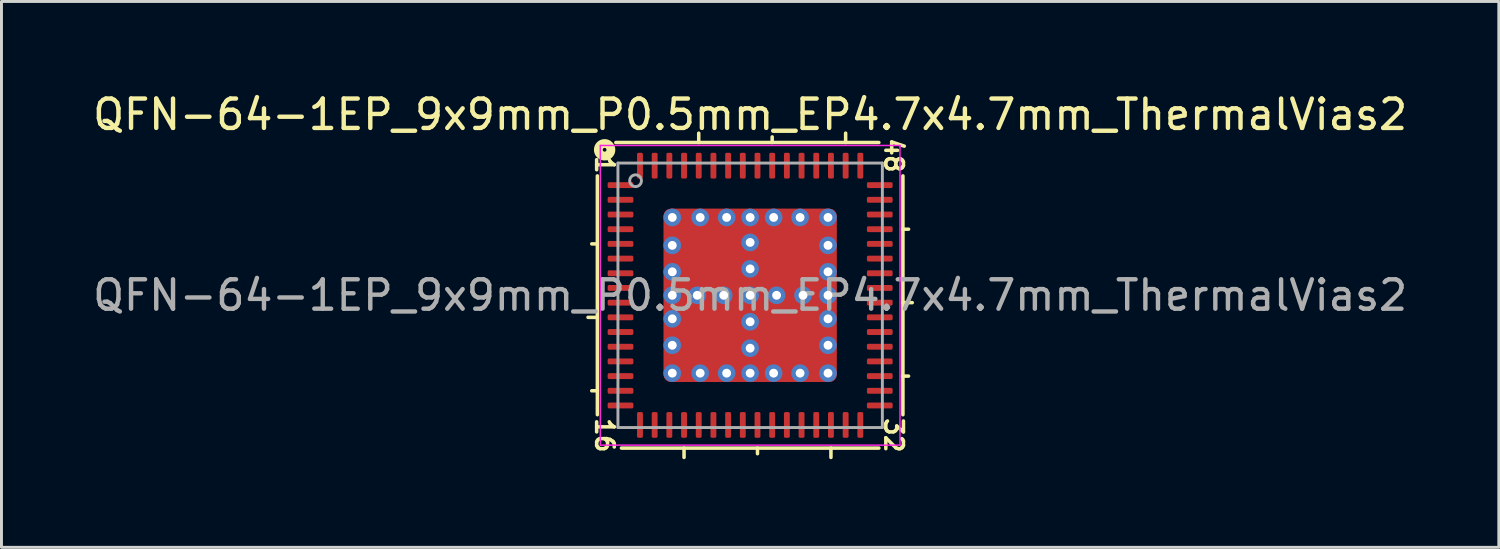
<source format=kicad_pcb>
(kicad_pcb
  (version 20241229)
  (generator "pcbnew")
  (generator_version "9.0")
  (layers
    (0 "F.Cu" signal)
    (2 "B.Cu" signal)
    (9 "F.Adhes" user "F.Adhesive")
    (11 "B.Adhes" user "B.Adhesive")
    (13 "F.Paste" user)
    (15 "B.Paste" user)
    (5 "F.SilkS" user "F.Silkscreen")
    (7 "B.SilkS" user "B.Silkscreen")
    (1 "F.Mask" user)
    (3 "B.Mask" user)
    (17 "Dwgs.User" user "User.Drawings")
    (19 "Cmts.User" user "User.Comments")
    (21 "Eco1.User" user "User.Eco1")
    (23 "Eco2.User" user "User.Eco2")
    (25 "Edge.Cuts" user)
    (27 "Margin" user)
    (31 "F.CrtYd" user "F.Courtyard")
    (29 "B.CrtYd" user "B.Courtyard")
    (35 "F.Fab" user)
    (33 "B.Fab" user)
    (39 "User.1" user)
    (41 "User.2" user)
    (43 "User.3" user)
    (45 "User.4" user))
  (footprint "QFN-64-1EP_9x9mm_P0.5mm_EP4.7x4.7mm_ThermalVias2"
    (layer "F.Cu")
    (at 22.482 7.001)
    (property "Reference" "QFN-64-1EP_9x9mm_P0.5mm_EP4.7x4.7mm_ThermalVias2" (at 0 -6.152 0) (layer "F.SilkS") (effects (font (size 1 1) (thickness 0.15))))
    (attr smd)
    (fp_line (start -5.2 -4.064) (end -5.2 4.064) (stroke (width 0.12) (type solid)) (layer "F.SilkS"))
    (fp_line (start -5.2 -1.75) (end -5.391 -1.75) (stroke (width 0.12) (type solid)) (layer "F.SilkS"))
    (fp_line (start -5.2 0.75) (end -5.518 0.75) (stroke (width 0.12) (type solid)) (layer "F.SilkS"))
    (fp_line (start -5.2 3.25) (end -5.391 3.25) (stroke (width 0.12) (type solid)) (layer "F.SilkS"))
    (fp_line (start -4.381 5.2) (end 4.381 5.2) (stroke (width 0.12) (type solid)) (layer "F.SilkS"))
    (fp_line (start -2.25 5.2) (end -2.25 5.518) (stroke (width 0.12) (type solid)) (layer "F.SilkS"))
    (fp_line (start -1.75 -5.2) (end -1.75 -5.518) (stroke (width 0.12) (type solid)) (layer "F.SilkS"))
    (fp_line (start 0.25 5.2) (end 0.25 5.391) (stroke (width 0.12) (type solid)) (layer "F.SilkS"))
    (fp_line (start 0.75 -5.2) (end 0.75 -5.391) (stroke (width 0.12) (type solid)) (layer "F.SilkS"))
    (fp_line (start 2.75 5.2) (end 2.75 5.518) (stroke (width 0.12) (type solid)) (layer "F.SilkS"))
    (fp_line (start 3.25 -5.2) (end 3.25 -5.518) (stroke (width 0.12) (type solid)) (layer "F.SilkS"))
    (fp_line (start 4.381 -5.2) (end -4.572 -5.2) (stroke (width 0.12) (type solid)) (layer "F.SilkS"))
    (fp_line (start 5.2 -2.25) (end 5.391 -2.25) (stroke (width 0.12) (type solid)) (layer "F.SilkS"))
    (fp_line (start 5.2 0.25) (end 5.518 0.25) (stroke (width 0.12) (type solid)) (layer "F.SilkS"))
    (fp_line (start 5.2 2.75) (end 5.391 2.75) (stroke (width 0.12) (type solid)) (layer "F.SilkS"))
    (fp_line (start 5.2 4.064) (end 5.2 -4.064) (stroke (width 0.12) (type solid)) (layer "F.SilkS"))
    (fp_circle (center -4.953 -4.953) (end -4.889 -4.953) (stroke (width 0.3) (type solid)) (fill no) (layer "F.SilkS"))
    (fp_line (start -5.1 -5.1) (end -5.1 5.1) (stroke (width 0.05) (type solid)) (layer "F.CrtYd"))
    (fp_line (start -5.1 5.1) (end 5.1 5.1) (stroke (width 0.05) (type solid)) (layer "F.CrtYd"))
    (fp_line (start 5.1 -5.1) (end -5.1 -5.1) (stroke (width 0.05) (type solid)) (layer "F.CrtYd"))
    (fp_line (start 5.1 5.1) (end 5.1 -5.1) (stroke (width 0.05) (type solid)) (layer "F.CrtYd"))
    (fp_line (start -4.5 -4.5) (end 4.5 -4.5) (stroke (width 0.1) (type solid)) (layer "F.Fab"))
    (fp_line (start -4.5 4.5) (end -4.5 -4.5) (stroke (width 0.1) (type solid)) (layer "F.Fab"))
    (fp_line (start 4.5 -4.5) (end 4.5 4.5) (stroke (width 0.1) (type solid)) (layer "F.Fab"))
    (fp_line (start 4.5 4.5) (end -4.5 4.5) (stroke (width 0.1) (type solid)) (layer "F.Fab"))
    (fp_circle (center -3.9 -3.9) (end -3.7 -3.9) (stroke (width 0.1) (type solid)) (fill no) (layer "F.Fab"))
    (fp_text user "1" (at -4.953 -4.445 270) (unlocked yes) (layer "F.SilkS") (effects (font (size 0.6 0.6) (thickness 0.12))))
    (fp_text user "48" (at 4.889 -4.763 270) (unlocked yes) (layer "F.SilkS") (effects (font (size 0.6 0.6) (thickness 0.12))))
    (fp_text user "16" (at -4.953 4.763 270) (unlocked yes) (layer "F.SilkS") (effects (font (size 0.6 0.6) (thickness 0.12))))
    (fp_text user "32" (at 4.889 4.763 270) (unlocked yes) (layer "F.SilkS") (effects (font (size 0.6 0.6) (thickness 0.12))))
    (fp_text user "${REFERENCE}" (at 0 0 0) (layer "F.Fab") (effects (font (size 1 1) (thickness 0.15))))
    (pad "" smd roundrect (at -1.825 -1.825) (size 0.75 0.75) (layers "F.Paste") (roundrect_rratio 0.25))
    (pad "" smd roundrect (at -1.825 -0.825) (size 0.75 0.75) (layers "F.Paste") (roundrect_rratio 0.25))
    (pad "" smd roundrect (at -1.825 0.825) (size 0.75 0.75) (layers "F.Paste") (roundrect_rratio 0.25))
    (pad "" smd roundrect (at -1.825 1.825) (size 0.75 0.75) (layers "F.Paste") (roundrect_rratio 0.25))
    (pad "" smd roundrect (at -1.325 -1.325 270) (size 2.05 2.05) (layers "F.Mask") (roundrect_rratio 0.122))
    (pad "" smd roundrect (at -1.325 1.325 270) (size 2.05 2.05) (layers "F.Mask") (roundrect_rratio 0.122))
    (pad "" smd roundrect (at -0.825 -1.825) (size 0.75 0.75) (layers "F.Paste") (roundrect_rratio 0.25))
    (pad "" smd roundrect (at -0.825 -0.825) (size 0.75 0.75) (layers "F.Paste") (roundrect_rratio 0.25))
    (pad "" smd roundrect (at -0.825 0.825) (size 0.75 0.75) (layers "F.Paste") (roundrect_rratio 0.25))
    (pad "" smd roundrect (at -0.825 1.825) (size 0.75 0.75) (layers "F.Paste") (roundrect_rratio 0.25))
    (pad "" smd roundrect (at 0.825 -1.825) (size 0.75 0.75) (layers "F.Paste") (roundrect_rratio 0.25))
    (pad "" smd roundrect (at 0.825 -0.825) (size 0.75 0.75) (layers "F.Paste") (roundrect_rratio 0.25))
    (pad "" smd roundrect (at 0.825 0.825) (size 0.75 0.75) (layers "F.Paste") (roundrect_rratio 0.25))
    (pad "" smd roundrect (at 0.825 1.825) (size 0.75 0.75) (layers "F.Paste") (roundrect_rratio 0.25))
    (pad "" smd roundrect (at 1.325 -1.325 270) (size 2.05 2.05) (layers "F.Mask") (roundrect_rratio 0.122))
    (pad "" smd roundrect (at 1.325 1.325 270) (size 2.05 2.05) (layers "F.Mask") (roundrect_rratio 0.122))
    (pad "" smd roundrect (at 1.825 -1.825) (size 0.75 0.75) (layers "F.Paste") (roundrect_rratio 0.25))
    (pad "" smd roundrect (at 1.825 -0.825) (size 0.75 0.75) (layers "F.Paste") (roundrect_rratio 0.25))
    (pad "" smd roundrect (at 1.825 0.825) (size 0.75 0.75) (layers "F.Paste") (roundrect_rratio 0.25))
    (pad "" smd roundrect (at 1.825 1.825) (size 0.75 0.75) (layers "F.Paste") (roundrect_rratio 0.25))
    (pad "1" smd roundrect (at -4.412 -3.75) (size 0.875 0.2) (layers "F.Cu" "F.Mask" "F.Paste") (roundrect_rratio 0.25))
    (pad "2" smd roundrect (at -4.412 -3.25) (size 0.875 0.2) (layers "F.Cu" "F.Mask" "F.Paste") (roundrect_rratio 0.25))
    (pad "3" smd roundrect (at -4.412 -2.75) (size 0.875 0.2) (layers "F.Cu" "F.Mask" "F.Paste") (roundrect_rratio 0.25))
    (pad "4" smd roundrect (at -4.412 -2.25) (size 0.875 0.2) (layers "F.Cu" "F.Mask" "F.Paste") (roundrect_rratio 0.25))
    (pad "5" smd roundrect (at -4.412 -1.75) (size 0.875 0.2) (layers "F.Cu" "F.Mask" "F.Paste") (roundrect_rratio 0.25))
    (pad "6" smd roundrect (at -4.412 -1.25) (size 0.875 0.2) (layers "F.Cu" "F.Mask" "F.Paste") (roundrect_rratio 0.25))
    (pad "7" smd roundrect (at -4.412 -0.75) (size 0.875 0.2) (layers "F.Cu" "F.Mask" "F.Paste") (roundrect_rratio 0.25))
    (pad "8" smd roundrect (at -4.412 -0.25) (size 0.875 0.2) (layers "F.Cu" "F.Mask" "F.Paste") (roundrect_rratio 0.25))
    (pad "9" smd roundrect (at -4.412 0.25) (size 0.875 0.2) (layers "F.Cu" "F.Mask" "F.Paste") (roundrect_rratio 0.25))
    (pad "10" smd roundrect (at -4.412 0.75) (size 0.875 0.2) (layers "F.Cu" "F.Mask" "F.Paste") (roundrect_rratio 0.25))
    (pad "11" smd roundrect (at -4.412 1.25) (size 0.875 0.2) (layers "F.Cu" "F.Mask" "F.Paste") (roundrect_rratio 0.25))
    (pad "12" smd roundrect (at -4.412 1.75) (size 0.875 0.2) (layers "F.Cu" "F.Mask" "F.Paste") (roundrect_rratio 0.25))
    (pad "13" smd roundrect (at -4.412 2.25) (size 0.875 0.2) (layers "F.Cu" "F.Mask" "F.Paste") (roundrect_rratio 0.25))
    (pad "14" smd roundrect (at -4.412 2.75) (size 0.875 0.2) (layers "F.Cu" "F.Mask" "F.Paste") (roundrect_rratio 0.25))
    (pad "15" smd roundrect (at -4.412 3.25) (size 0.875 0.2) (layers "F.Cu" "F.Mask" "F.Paste") (roundrect_rratio 0.25))
    (pad "16" smd roundrect (at -4.412 3.75) (size 0.875 0.2) (layers "F.Cu" "F.Mask" "F.Paste") (roundrect_rratio 0.25))
    (pad "17" smd roundrect (at -3.75 4.412) (size 0.2 0.875) (layers "F.Cu" "F.Mask" "F.Paste") (roundrect_rratio 0.25))
    (pad "18" smd roundrect (at -3.25 4.412) (size 0.2 0.875) (layers "F.Cu" "F.Mask" "F.Paste") (roundrect_rratio 0.25))
    (pad "19" smd roundrect (at -2.75 4.412) (size 0.2 0.875) (layers "F.Cu" "F.Mask" "F.Paste") (roundrect_rratio 0.25))
    (pad "20" smd roundrect (at -2.25 4.412) (size 0.2 0.875) (layers "F.Cu" "F.Mask" "F.Paste") (roundrect_rratio 0.25))
    (pad "21" smd roundrect (at -1.75 4.412) (size 0.2 0.875) (layers "F.Cu" "F.Mask" "F.Paste") (roundrect_rratio 0.25))
    (pad "22" smd roundrect (at -1.25 4.412) (size 0.2 0.875) (layers "F.Cu" "F.Mask" "F.Paste") (roundrect_rratio 0.25))
    (pad "23" smd roundrect (at -0.75 4.412) (size 0.2 0.875) (layers "F.Cu" "F.Mask" "F.Paste") (roundrect_rratio 0.25))
    (pad "24" smd roundrect (at -0.25 4.412) (size 0.2 0.875) (layers "F.Cu" "F.Mask" "F.Paste") (roundrect_rratio 0.25))
    (pad "25" smd roundrect (at 0.25 4.412) (size 0.2 0.875) (layers "F.Cu" "F.Mask" "F.Paste") (roundrect_rratio 0.25))
    (pad "26" smd roundrect (at 0.75 4.412) (size 0.2 0.875) (layers "F.Cu" "F.Mask" "F.Paste") (roundrect_rratio 0.25))
    (pad "27" smd roundrect (at 1.25 4.412) (size 0.2 0.875) (layers "F.Cu" "F.Mask" "F.Paste") (roundrect_rratio 0.25))
    (pad "28" smd roundrect (at 1.75 4.412) (size 0.2 0.875) (layers "F.Cu" "F.Mask" "F.Paste") (roundrect_rratio 0.25))
    (pad "29" smd roundrect (at 2.25 4.412) (size 0.2 0.875) (layers "F.Cu" "F.Mask" "F.Paste") (roundrect_rratio 0.25))
    (pad "30" smd roundrect (at 2.75 4.412) (size 0.2 0.875) (layers "F.Cu" "F.Mask" "F.Paste") (roundrect_rratio 0.25))
    (pad "31" smd roundrect (at 3.25 4.412) (size 0.2 0.875) (layers "F.Cu" "F.Mask" "F.Paste") (roundrect_rratio 0.25))
    (pad "32" smd roundrect (at 3.75 4.412) (size 0.2 0.875) (layers "F.Cu" "F.Mask" "F.Paste") (roundrect_rratio 0.25))
    (pad "33" smd roundrect (at 4.412 3.75) (size 0.875 0.2) (layers "F.Cu" "F.Mask" "F.Paste") (roundrect_rratio 0.25))
    (pad "34" smd roundrect (at 4.412 3.25) (size 0.875 0.2) (layers "F.Cu" "F.Mask" "F.Paste") (roundrect_rratio 0.25))
    (pad "35" smd roundrect (at 4.412 2.75) (size 0.875 0.2) (layers "F.Cu" "F.Mask" "F.Paste") (roundrect_rratio 0.25))
    (pad "36" smd roundrect (at 4.412 2.25) (size 0.875 0.2) (layers "F.Cu" "F.Mask" "F.Paste") (roundrect_rratio 0.25))
    (pad "37" smd roundrect (at 4.412 1.75) (size 0.875 0.2) (layers "F.Cu" "F.Mask" "F.Paste") (roundrect_rratio 0.25))
    (pad "38" smd roundrect (at 4.412 1.25) (size 0.875 0.2) (layers "F.Cu" "F.Mask" "F.Paste") (roundrect_rratio 0.25))
    (pad "39" smd roundrect (at 4.412 0.75) (size 0.875 0.2) (layers "F.Cu" "F.Mask" "F.Paste") (roundrect_rratio 0.25))
    (pad "40" smd roundrect (at 4.412 0.25) (size 0.875 0.2) (layers "F.Cu" "F.Mask" "F.Paste") (roundrect_rratio 0.25))
    (pad "41" smd roundrect (at 4.412 -0.25) (size 0.875 0.2) (layers "F.Cu" "F.Mask" "F.Paste") (roundrect_rratio 0.25))
    (pad "42" smd roundrect (at 4.412 -0.75) (size 0.875 0.2) (layers "F.Cu" "F.Mask" "F.Paste") (roundrect_rratio 0.25))
    (pad "43" smd roundrect (at 4.412 -1.25) (size 0.875 0.2) (layers "F.Cu" "F.Mask" "F.Paste") (roundrect_rratio 0.25))
    (pad "44" smd roundrect (at 4.412 -1.75) (size 0.875 0.2) (layers "F.Cu" "F.Mask" "F.Paste") (roundrect_rratio 0.25))
    (pad "45" smd roundrect (at 4.412 -2.25) (size 0.875 0.2) (layers "F.Cu" "F.Mask" "F.Paste") (roundrect_rratio 0.25))
    (pad "46" smd roundrect (at 4.412 -2.75) (size 0.875 0.2) (layers "F.Cu" "F.Mask" "F.Paste") (roundrect_rratio 0.25))
    (pad "47" smd roundrect (at 4.412 -3.25) (size 0.875 0.2) (layers "F.Cu" "F.Mask" "F.Paste") (roundrect_rratio 0.25))
    (pad "48" smd roundrect (at 4.412 -3.75) (size 0.875 0.2) (layers "F.Cu" "F.Mask" "F.Paste") (roundrect_rratio 0.25))
    (pad "49" smd roundrect (at 3.75 -4.412) (size 0.2 0.875) (layers "F.Cu" "F.Mask" "F.Paste") (roundrect_rratio 0.25))
    (pad "50" smd roundrect (at 3.25 -4.412) (size 0.2 0.875) (layers "F.Cu" "F.Mask" "F.Paste") (roundrect_rratio 0.25))
    (pad "51" smd roundrect (at 2.75 -4.412) (size 0.2 0.875) (layers "F.Cu" "F.Mask" "F.Paste") (roundrect_rratio 0.25))
    (pad "52" smd roundrect (at 2.25 -4.412) (size 0.2 0.875) (layers "F.Cu" "F.Mask" "F.Paste") (roundrect_rratio 0.25))
    (pad "53" smd roundrect (at 1.75 -4.412) (size 0.2 0.875) (layers "F.Cu" "F.Mask" "F.Paste") (roundrect_rratio 0.25))
    (pad "54" smd roundrect (at 1.25 -4.412) (size 0.2 0.875) (layers "F.Cu" "F.Mask" "F.Paste") (roundrect_rratio 0.25))
    (pad "55" smd roundrect (at 0.75 -4.412) (size 0.2 0.875) (layers "F.Cu" "F.Mask" "F.Paste") (roundrect_rratio 0.25))
    (pad "56" smd roundrect (at 0.25 -4.412) (size 0.2 0.875) (layers "F.Cu" "F.Mask" "F.Paste") (roundrect_rratio 0.25))
    (pad "57" smd roundrect (at -0.25 -4.412) (size 0.2 0.875) (layers "F.Cu" "F.Mask" "F.Paste") (roundrect_rratio 0.25))
    (pad "58" smd roundrect (at -0.75 -4.412) (size 0.2 0.875) (layers "F.Cu" "F.Mask" "F.Paste") (roundrect_rratio 0.25))
    (pad "59" smd roundrect (at -1.25 -4.412) (size 0.2 0.875) (layers "F.Cu" "F.Mask" "F.Paste") (roundrect_rratio 0.25))
    (pad "60" smd roundrect (at -1.75 -4.412) (size 0.2 0.875) (layers "F.Cu" "F.Mask" "F.Paste") (roundrect_rratio 0.25))
    (pad "61" smd roundrect (at -2.25 -4.412) (size 0.2 0.875) (layers "F.Cu" "F.Mask" "F.Paste") (roundrect_rratio 0.25))
    (pad "62" smd roundrect (at -2.75 -4.412) (size 0.2 0.875) (layers "F.Cu" "F.Mask" "F.Paste") (roundrect_rratio 0.25))
    (pad "63" smd roundrect (at -3.25 -4.412) (size 0.2 0.875) (layers "F.Cu" "F.Mask" "F.Paste") (roundrect_rratio 0.25))
    (pad "64" smd roundrect (at -3.75 -4.412) (size 0.2 0.875) (layers "F.Cu" "F.Mask" "F.Paste") (roundrect_rratio 0.25))
    (pad "65" thru_hole circle (at -2.65 -2.65 180) (size 0.6 0.6) (drill 0.3) (property pad_prop_heatsink) (layers "*.Cu" "*.Mask"))
    (pad "65" thru_hole circle (at -2.65 -1.7 180) (size 0.6 0.6) (drill 0.3) (property pad_prop_heatsink) (layers "*.Cu" "*.Mask"))
    (pad "65" thru_hole circle (at -2.65 -0.8 180) (size 0.6 0.6) (drill 0.3) (property pad_prop_heatsink) (layers "*.Cu" "*.Mask"))
    (pad "65" thru_hole circle (at -2.65 0 180) (size 0.6 0.6) (drill 0.3) (property pad_prop_heatsink) (layers "*.Cu" "*.Mask"))
    (pad "65" thru_hole circle (at -2.65 0.8 180) (size 0.6 0.6) (drill 0.3) (property pad_prop_heatsink) (layers "*.Cu" "*.Mask"))
    (pad "65" thru_hole circle (at -2.65 1.7 180) (size 0.6 0.6) (drill 0.3) (property pad_prop_heatsink) (layers "*.Cu" "*.Mask"))
    (pad "65" thru_hole circle (at -2.65 2.65 180) (size 0.6 0.6) (drill 0.3) (property pad_prop_heatsink) (layers "*.Cu" "*.Mask"))
    (pad "65" thru_hole circle (at -1.8 0 180) (size 0.6 0.6) (drill 0.3) (property pad_prop_heatsink) (layers "*.Cu" "*.Mask"))
    (pad "65" thru_hole circle (at -1.7 -2.65 180) (size 0.6 0.6) (drill 0.3) (property pad_prop_heatsink) (layers "*.Cu" "*.Mask"))
    (pad "65" thru_hole circle (at -1.7 2.65 180) (size 0.6 0.6) (drill 0.3) (property pad_prop_heatsink) (layers "*.Cu" "*.Mask"))
    (pad "65" thru_hole circle (at -0.9 0 180) (size 0.6 0.6) (drill 0.3) (property pad_prop_heatsink) (layers "*.Cu" "*.Mask"))
    (pad "65" thru_hole circle (at -0.8 -2.65 180) (size 0.6 0.6) (drill 0.3) (property pad_prop_heatsink) (layers "*.Cu" "*.Mask"))
    (pad "65" thru_hole circle (at -0.8 2.65 180) (size 0.6 0.6) (drill 0.3) (property pad_prop_heatsink) (layers "*.Cu" "*.Mask"))
    (pad "65" thru_hole circle (at 0 -2.65 180) (size 0.6 0.6) (drill 0.3) (property pad_prop_heatsink) (layers "*.Cu" "*.Mask"))
    (pad "65" thru_hole circle (at 0 -1.8 180) (size 0.6 0.6) (drill 0.3) (property pad_prop_heatsink) (layers "*.Cu" "*.Mask"))
    (pad "65" thru_hole circle (at 0 -0.9 180) (size 0.6 0.6) (drill 0.3) (property pad_prop_heatsink) (layers "*.Cu" "*.Mask"))
    (pad "65" thru_hole circle (at 0 0 180) (size 0.6 0.6) (drill 0.3) (property pad_prop_heatsink) (layers "*.Cu" "*.Mask"))
    (pad "65" smd roundrect (at 0 0) (size 5.9 5.9) (layers "F.Cu") (roundrect_rratio 0.042))
    (pad "65" thru_hole circle (at 0 0.9 180) (size 0.6 0.6) (drill 0.3) (property pad_prop_heatsink) (layers "*.Cu" "*.Mask"))
    (pad "65" thru_hole circle (at 0 1.8 180) (size 0.6 0.6) (drill 0.3) (property pad_prop_heatsink) (layers "*.Cu" "*.Mask"))
    (pad "65" thru_hole circle (at 0 2.65 180) (size 0.6 0.6) (drill 0.3) (property pad_prop_heatsink) (layers "*.Cu" "*.Mask"))
    (pad "65" thru_hole circle (at 0.8 -2.65 180) (size 0.6 0.6) (drill 0.3) (property pad_prop_heatsink) (layers "*.Cu" "*.Mask"))
    (pad "65" thru_hole circle (at 0.8 2.65 180) (size 0.6 0.6) (drill 0.3) (property pad_prop_heatsink) (layers "*.Cu" "*.Mask"))
    (pad "65" thru_hole circle (at 0.9 0 180) (size 0.6 0.6) (drill 0.3) (property pad_prop_heatsink) (layers "*.Cu" "*.Mask"))
    (pad "65" thru_hole circle (at 1.7 -2.65 180) (size 0.6 0.6) (drill 0.3) (property pad_prop_heatsink) (layers "*.Cu" "*.Mask"))
    (pad "65" thru_hole circle (at 1.7 2.65 180) (size 0.6 0.6) (drill 0.3) (property pad_prop_heatsink) (layers "*.Cu" "*.Mask"))
    (pad "65" thru_hole circle (at 1.8 0 180) (size 0.6 0.6) (drill 0.3) (property pad_prop_heatsink) (layers "*.Cu" "*.Mask"))
    (pad "65" thru_hole circle (at 2.65 -2.65 180) (size 0.6 0.6) (drill 0.3) (property pad_prop_heatsink) (layers "*.Cu" "*.Mask"))
    (pad "65" thru_hole circle (at 2.65 -1.7 180) (size 0.6 0.6) (drill 0.3) (property pad_prop_heatsink) (layers "*.Cu" "*.Mask"))
    (pad "65" thru_hole circle (at 2.65 -0.8 180) (size 0.6 0.6) (drill 0.3) (property pad_prop_heatsink) (layers "*.Cu" "*.Mask"))
    (pad "65" thru_hole circle (at 2.65 0 180) (size 0.6 0.6) (drill 0.3) (property pad_prop_heatsink) (layers "*.Cu" "*.Mask"))
    (pad "65" thru_hole circle (at 2.65 0.8 180) (size 0.6 0.6) (drill 0.3) (property pad_prop_heatsink) (layers "*.Cu" "*.Mask"))
    (pad "65" thru_hole circle (at 2.65 1.7 180) (size 0.6 0.6) (drill 0.3) (property pad_prop_heatsink) (layers "*.Cu" "*.Mask"))
    (pad "65" thru_hole circle (at 2.65 2.65 180) (size 0.6 0.6) (drill 0.3) (property pad_prop_heatsink) (layers "*.Cu" "*.Mask")))
  (gr_rect
    (start -3 -3)
    (end 47.964 15.578)
    (stroke (width 0.1) (type default))
    (fill no)
    (layer "Edge.Cuts")))
</source>
